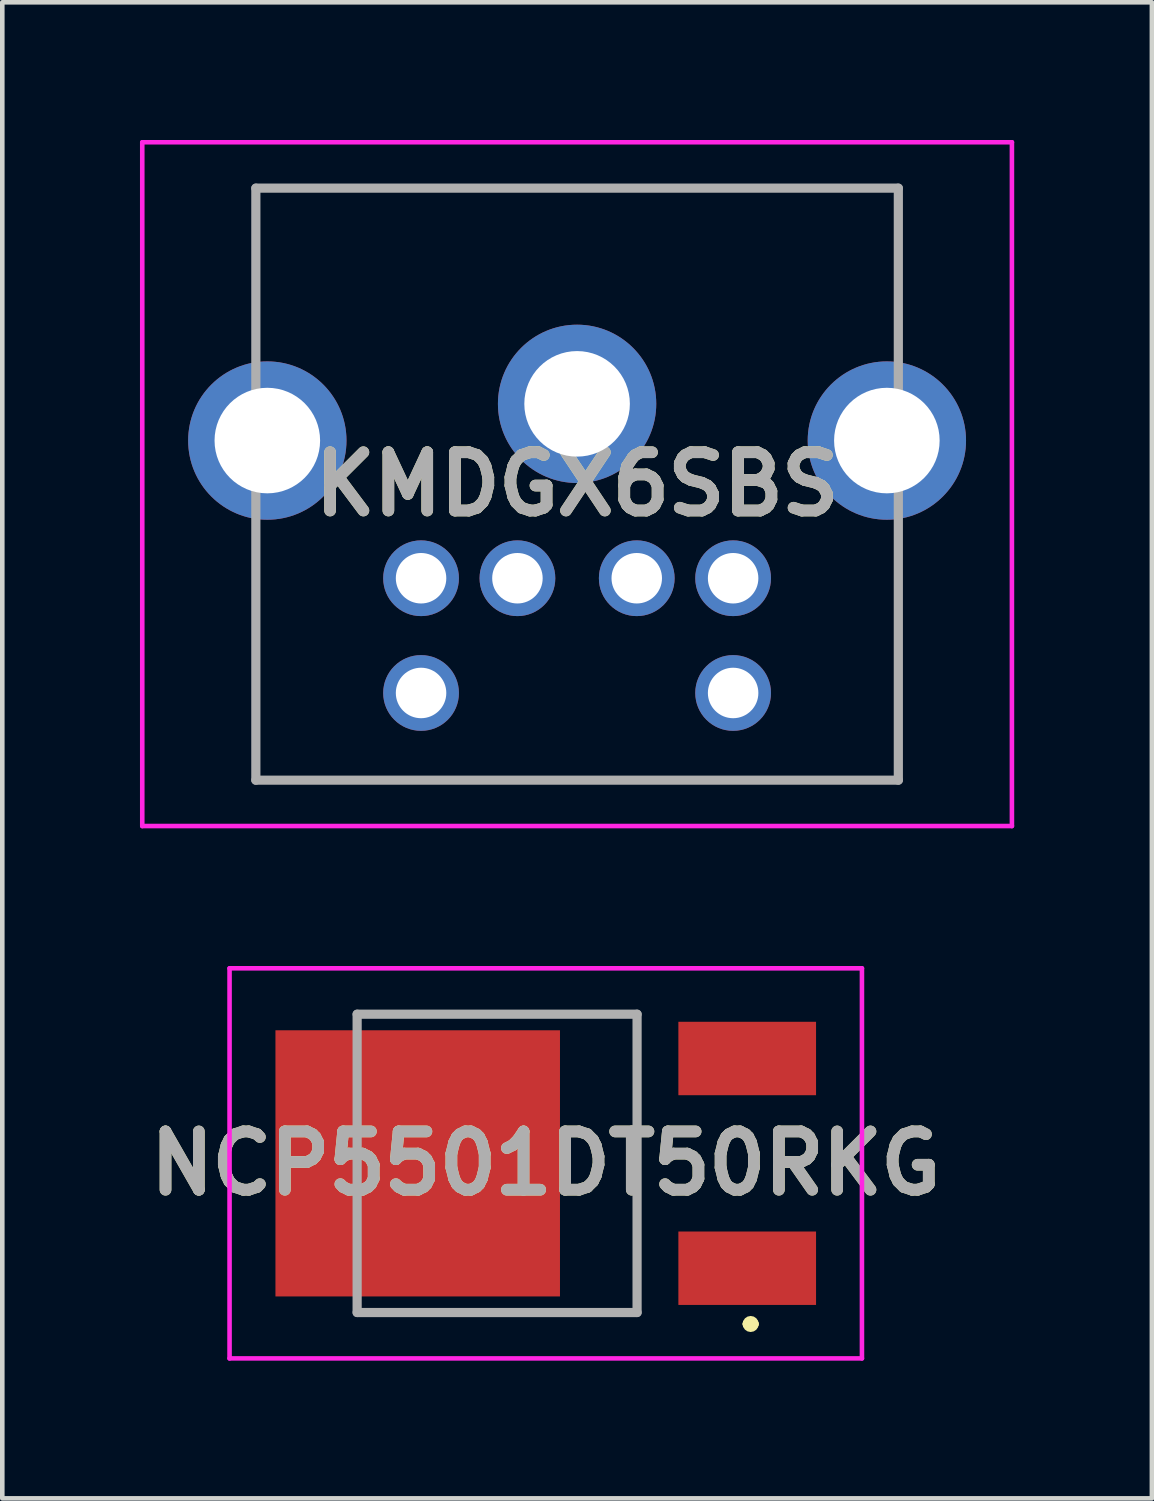
<source format=kicad_pcb>
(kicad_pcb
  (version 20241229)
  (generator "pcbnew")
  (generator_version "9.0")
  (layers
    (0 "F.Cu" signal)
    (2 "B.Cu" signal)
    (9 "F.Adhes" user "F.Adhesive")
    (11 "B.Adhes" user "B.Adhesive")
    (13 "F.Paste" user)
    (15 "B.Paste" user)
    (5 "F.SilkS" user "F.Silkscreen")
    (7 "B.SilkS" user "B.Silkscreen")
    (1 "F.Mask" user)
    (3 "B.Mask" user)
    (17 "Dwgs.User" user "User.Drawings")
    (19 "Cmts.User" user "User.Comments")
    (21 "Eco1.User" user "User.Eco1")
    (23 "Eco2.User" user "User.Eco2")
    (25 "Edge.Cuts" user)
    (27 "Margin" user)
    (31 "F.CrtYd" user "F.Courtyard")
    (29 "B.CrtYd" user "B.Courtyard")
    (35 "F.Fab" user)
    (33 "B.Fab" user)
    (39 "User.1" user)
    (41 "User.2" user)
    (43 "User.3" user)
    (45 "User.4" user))
  (footprint "NCP5501DT50RKG"
    (layer "F.Cu")
    (at 8.982 22.3)
    (property "Reference" "NCP5501DT50RKG" (at -0.14 0 0) (layer "F.SilkS") (effects (font (size 1.27 1.27) (thickness 0.254))))
    (attr smd)
    (fp_line (start -4.25 -3.25) (end 1.85 -3.25) (stroke (width 0.1) (type solid)) (layer "F.SilkS"))
    (fp_line (start 1.85 -3.25) (end 1.85 3.25) (stroke (width 0.1) (type solid)) (layer "F.SilkS"))
    (fp_line (start 1.85 3.25) (end -4.25 3.25) (stroke (width 0.1) (type solid)) (layer "F.SilkS"))
    (fp_line (start 4.25 3.5) (end 4.25 3.5) (stroke (width 0.2) (type solid)) (layer "F.SilkS"))
    (fp_line (start 4.4 3.5) (end 4.4 3.5) (stroke (width 0.2) (type solid)) (layer "F.SilkS"))
    (fp_arc (start 4.25 3.5) (mid 4.325 3.425) (end 4.4 3.5) (stroke (width 0.2) (type solid)) (layer "F.SilkS"))
    (fp_arc (start 4.4 3.5) (mid 4.325 3.575) (end 4.25 3.5) (stroke (width 0.2) (type solid)) (layer "F.SilkS"))
    (fp_line (start -7.03 -4.25) (end 6.75 -4.25) (stroke (width 0.1) (type solid)) (layer "F.CrtYd"))
    (fp_line (start -7.03 4.25) (end -7.03 -4.25) (stroke (width 0.1) (type solid)) (layer "F.CrtYd"))
    (fp_line (start 6.75 -4.25) (end 6.75 4.25) (stroke (width 0.1) (type solid)) (layer "F.CrtYd"))
    (fp_line (start 6.75 4.25) (end -7.03 4.25) (stroke (width 0.1) (type solid)) (layer "F.CrtYd"))
    (fp_line (start -4.25 -3.25) (end 1.85 -3.25) (stroke (width 0.2) (type solid)) (layer "F.Fab"))
    (fp_line (start -4.25 3.25) (end -4.25 -3.25) (stroke (width 0.2) (type solid)) (layer "F.Fab"))
    (fp_line (start 1.85 -3.25) (end 1.85 3.25) (stroke (width 0.2) (type solid)) (layer "F.Fab"))
    (fp_line (start 1.85 3.25) (end -4.25 3.25) (stroke (width 0.2) (type solid)) (layer "F.Fab"))
    (fp_text user "${REFERENCE}" (at -0.14 0 0) (layer "F.Fab") (effects (font (size 1.27 1.27) (thickness 0.254))))
    (pad "1" smd rect (at 4.25 2.285 90) (size 1.6 3) (layers "F.Cu" "F.Mask" "F.Paste"))
    (pad "2" smd rect (at -2.93 0 90) (size 5.8 6.2) (layers "F.Cu" "F.Mask" "F.Paste"))
    (pad "3" smd rect (at 4.25 -2.285 90) (size 1.6 3) (layers "F.Cu" "F.Mask" "F.Paste")))
  (footprint "KMDGX6SBS"
    (layer "F.Cu")
    (at 8.225 9.55)
    (property "Reference" "KMDGX6SBS" (at 1.3 -2.05 0) (layer "F.SilkS") (effects (font (size 1.27 1.27) (thickness 0.254))))
    (attr through_hole)
    (fp_line (start -5.7 -8.5) (end 8.3 -8.5) (stroke (width 0.1) (type solid)) (layer "F.SilkS"))
    (fp_line (start -5.7 -5.5) (end -5.7 -8.5) (stroke (width 0.1) (type solid)) (layer "F.SilkS"))
    (fp_line (start -5.7 -0.5) (end -5.7 4.4) (stroke (width 0.1) (type solid)) (layer "F.SilkS"))
    (fp_line (start -5.7 4.4) (end 8.3 4.4) (stroke (width 0.1) (type solid)) (layer "F.SilkS"))
    (fp_line (start 8.3 -8.5) (end 8.3 -5.5) (stroke (width 0.1) (type solid)) (layer "F.SilkS"))
    (fp_line (start 8.3 4.4) (end 8.3 0) (stroke (width 0.1) (type solid)) (layer "F.SilkS"))
    (fp_line (start -8.175 -9.5) (end 10.775 -9.5) (stroke (width 0.1) (type solid)) (layer "F.CrtYd"))
    (fp_line (start -8.175 5.4) (end -8.175 -9.5) (stroke (width 0.1) (type solid)) (layer "F.CrtYd"))
    (fp_line (start 10.775 -9.5) (end 10.775 5.4) (stroke (width 0.1) (type solid)) (layer "F.CrtYd"))
    (fp_line (start 10.775 5.4) (end -8.175 5.4) (stroke (width 0.1) (type solid)) (layer "F.CrtYd"))
    (fp_line (start -5.7 -8.5) (end 8.3 -8.5) (stroke (width 0.2) (type solid)) (layer "F.Fab"))
    (fp_line (start -5.7 4.4) (end -5.7 -8.5) (stroke (width 0.2) (type solid)) (layer "F.Fab"))
    (fp_line (start 8.3 -8.5) (end 8.3 4.4) (stroke (width 0.2) (type solid)) (layer "F.Fab"))
    (fp_line (start 8.3 4.4) (end -5.7 4.4) (stroke (width 0.2) (type solid)) (layer "F.Fab"))
    (fp_text user "${REFERENCE}" (at 1.3 -2.05 0) (layer "F.Fab") (effects (font (size 1.27 1.27) (thickness 0.254))))
    (pad "1" thru_hole circle (at 0 0) (size 1.65 1.65) (drill 1.1) (layers "*.Cu" "*.Mask"))
    (pad "2" thru_hole circle (at 2.6 0) (size 1.65 1.65) (drill 1.1) (layers "*.Cu" "*.Mask"))
    (pad "3" thru_hole circle (at -2.1 0) (size 1.65 1.65) (drill 1.1) (layers "*.Cu" "*.Mask"))
    (pad "4" thru_hole circle (at 4.7 0) (size 1.65 1.65) (drill 1.1) (layers "*.Cu" "*.Mask"))
    (pad "5" thru_hole circle (at -2.1 2.5) (size 1.65 1.65) (drill 1.1) (layers "*.Cu" "*.Mask"))
    (pad "6" thru_hole circle (at 4.7 2.5) (size 1.65 1.65) (drill 1.1) (layers "*.Cu" "*.Mask"))
    (pad "MH1" thru_hole circle (at -5.45 -3) (size 3.45 3.45) (drill 2.3) (layers "*.Cu" "*.Mask"))
    (pad "MH2" thru_hole circle (at 1.3 -3.8) (size 3.45 3.45) (drill 2.3) (layers "*.Cu" "*.Mask"))
    (pad "MH3" thru_hole circle (at 8.05 -3) (size 3.45 3.45) (drill 2.3) (layers "*.Cu" "*.Mask")))
  (gr_rect
    (start -3 -3)
    (end 22.05 29.6)
    (stroke (width 0.1) (type default))
    (fill no)
    (layer "Edge.Cuts")))
</source>
